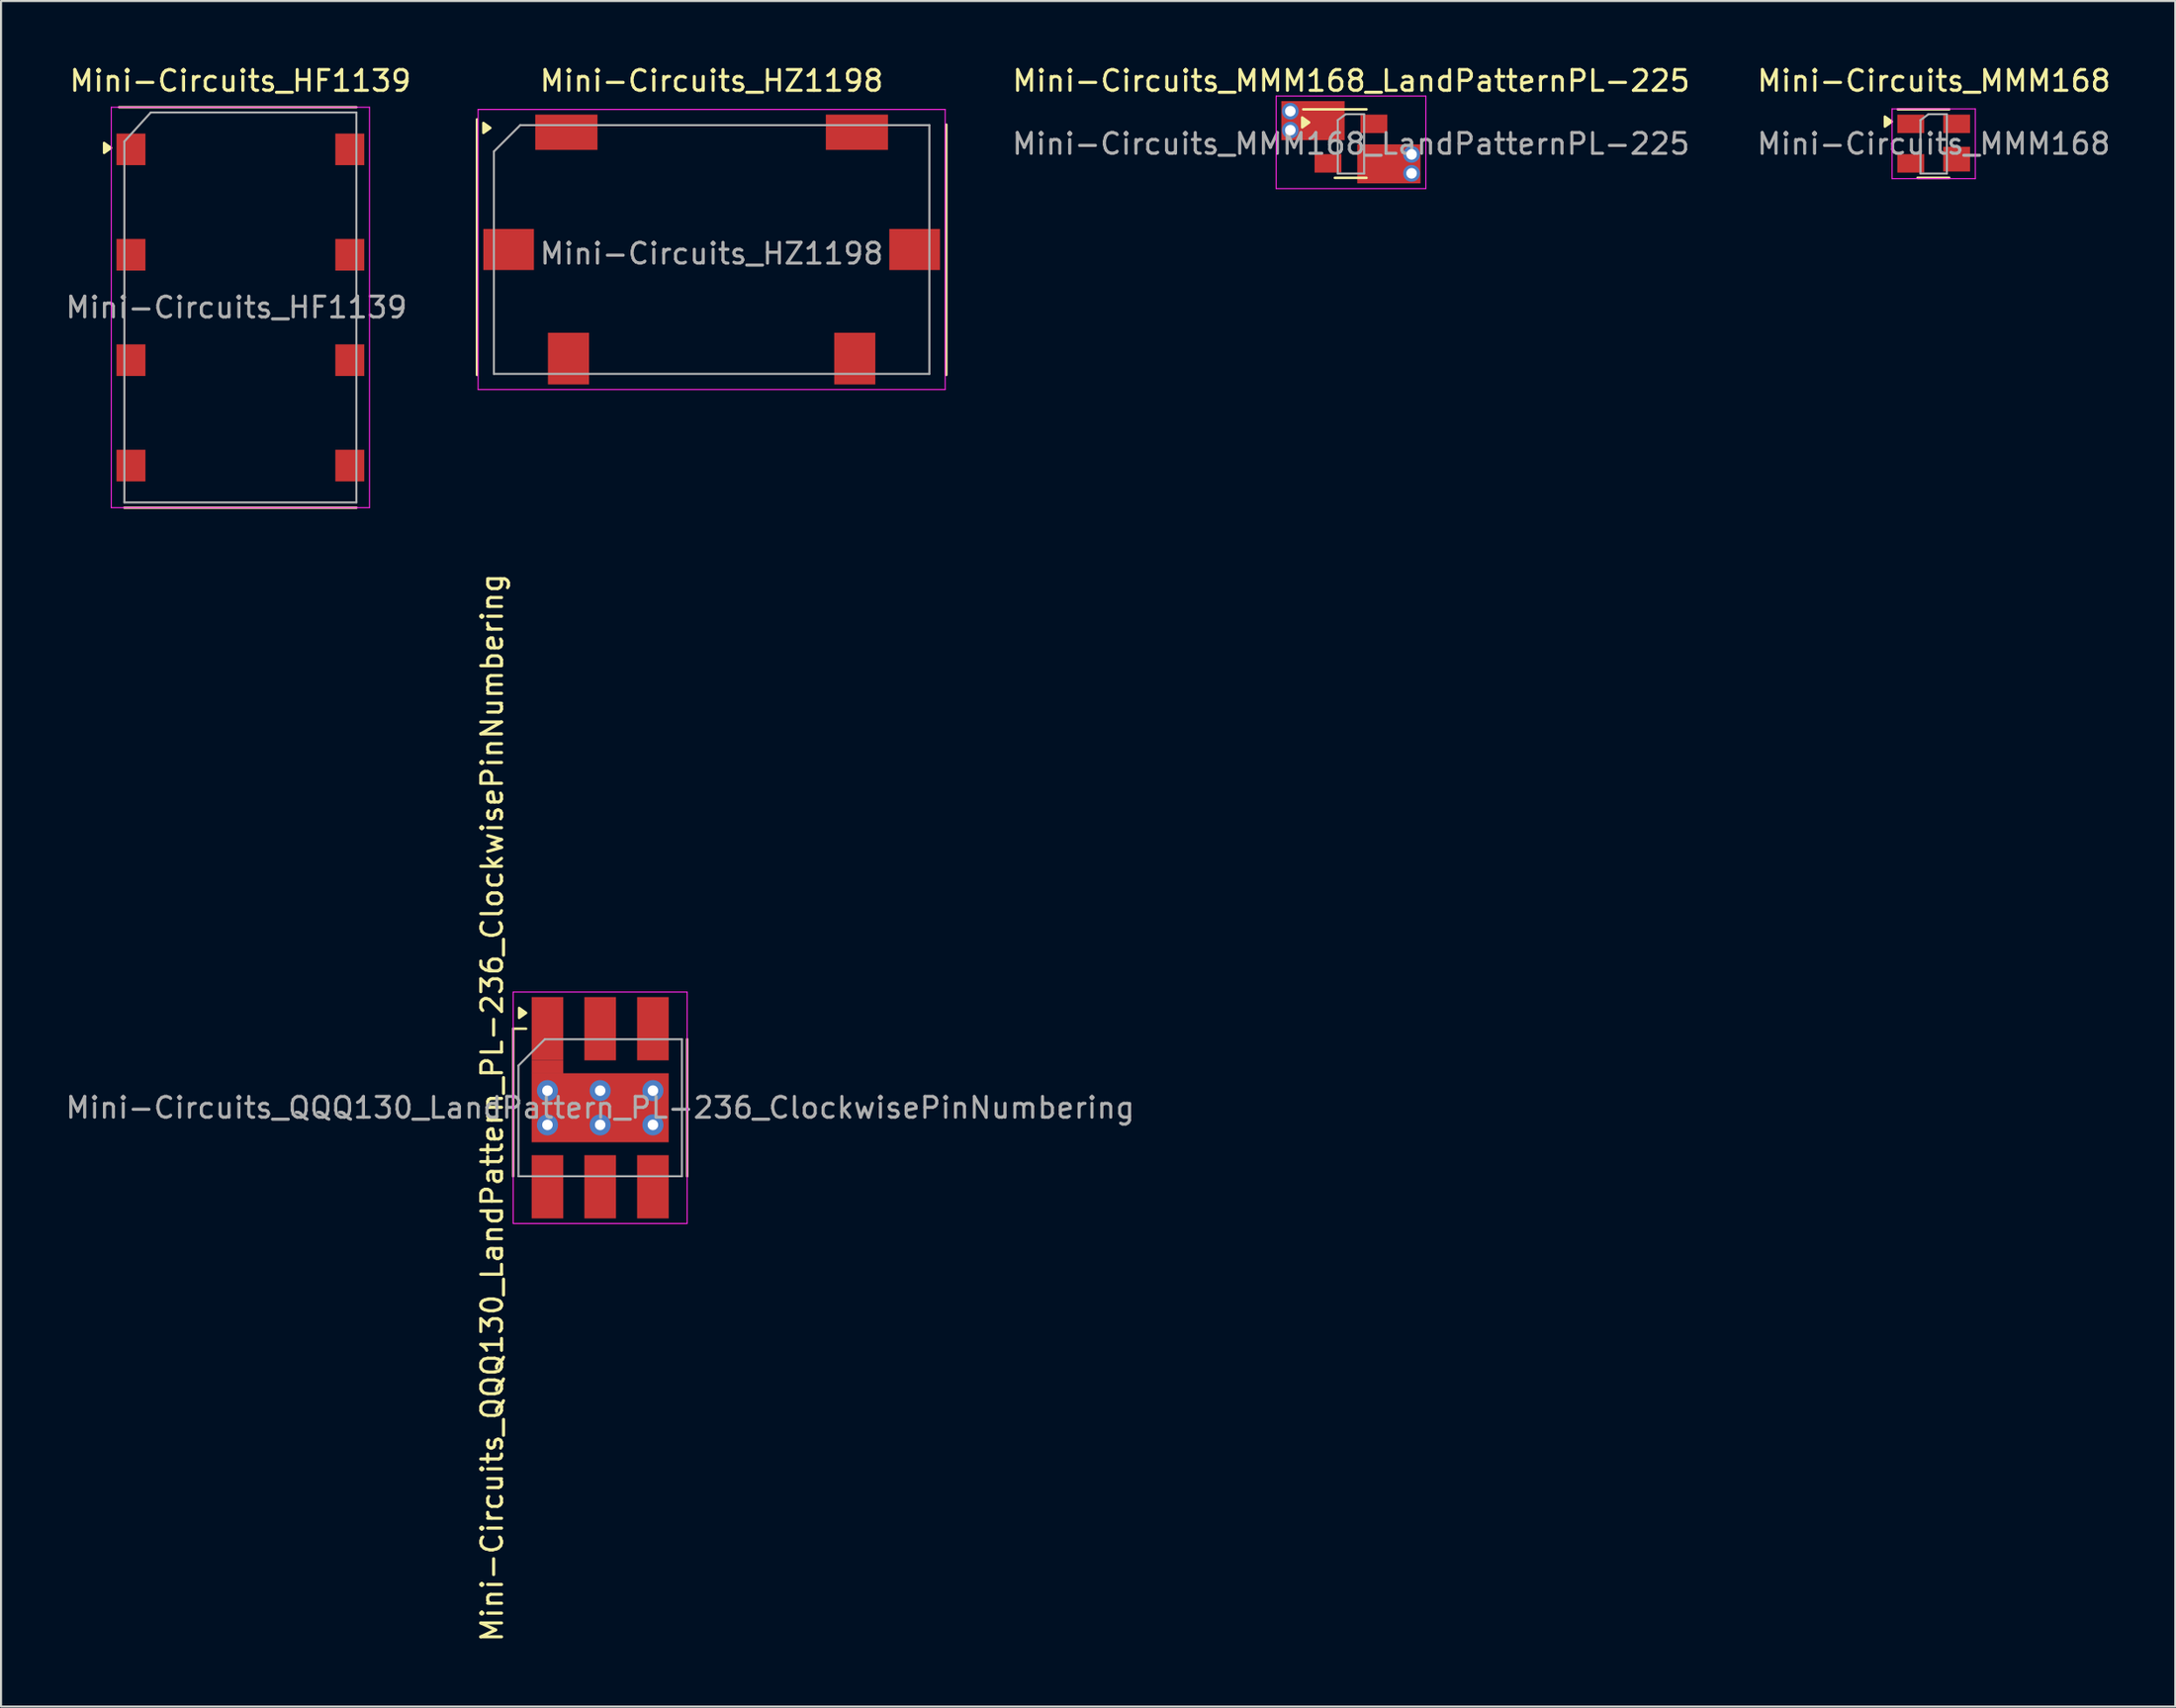
<source format=kicad_pcb>
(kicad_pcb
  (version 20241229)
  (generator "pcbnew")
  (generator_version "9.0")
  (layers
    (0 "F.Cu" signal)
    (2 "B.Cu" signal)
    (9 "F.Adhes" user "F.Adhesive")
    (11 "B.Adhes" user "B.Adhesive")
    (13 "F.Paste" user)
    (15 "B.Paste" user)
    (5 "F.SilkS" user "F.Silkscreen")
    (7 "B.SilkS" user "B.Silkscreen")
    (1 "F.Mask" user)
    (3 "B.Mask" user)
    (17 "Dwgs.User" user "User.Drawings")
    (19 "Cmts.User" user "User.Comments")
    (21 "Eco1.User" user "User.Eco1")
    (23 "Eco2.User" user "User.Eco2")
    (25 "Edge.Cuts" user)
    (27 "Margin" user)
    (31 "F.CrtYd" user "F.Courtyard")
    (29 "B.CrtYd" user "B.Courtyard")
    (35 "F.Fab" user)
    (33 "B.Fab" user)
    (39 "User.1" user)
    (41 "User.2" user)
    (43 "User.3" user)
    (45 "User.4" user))
  (footprint "Mini-Circuits_MMM168"
    (layer "F.Cu")
    (at 90.089 3.871)
    (property "Reference" "Mini-Circuits_MMM168" (at 0.025 -3.023 0) (layer "F.SilkS") (effects (font (size 1 1) (thickness 0.15))))
    (attr smd)
    (fp_line (start 0.762 -1.651) (end -1.714 -1.651) (stroke (width 0.12) (type solid)) (layer "F.SilkS"))
    (fp_line (start 0.762 1.651) (end -0.762 1.651) (stroke (width 0.12) (type solid)) (layer "F.SilkS"))
    (fp_poly (pts (xy -2 -1.06) (xy -2.336 -0.82) (xy -2.336 -1.3) (xy -2 -1.06)) (stroke (width 0.12) (type solid)) (fill yes) (layer "F.SilkS"))
    (fp_line (start -1.99 -1.67) (end -1.99 1.69) (stroke (width 0.05) (type solid)) (layer "F.CrtYd"))
    (fp_line (start -1.99 -1.67) (end 2.02 -1.67) (stroke (width 0.05) (type solid)) (layer "F.CrtYd"))
    (fp_line (start 2.02 1.69) (end -1.99 1.69) (stroke (width 0.05) (type solid)) (layer "F.CrtYd"))
    (fp_line (start 2.02 1.69) (end 2.02 -1.67) (stroke (width 0.05) (type solid)) (layer "F.CrtYd"))
    (fp_line (start -0.622 -1.13) (end -0.241 -1.416) (stroke (width 0.1) (type solid)) (layer "F.Fab"))
    (fp_line (start -0.622 1.441) (end -0.622 -1.13) (stroke (width 0.1) (type solid)) (layer "F.Fab"))
    (fp_line (start -0.241 -1.416) (end 0.648 -1.416) (stroke (width 0.1) (type solid)) (layer "F.Fab"))
    (fp_line (start 0.648 -1.416) (end 0.648 1.441) (stroke (width 0.1) (type solid)) (layer "F.Fab"))
    (fp_line (start 0.648 1.441) (end -0.622 1.441) (stroke (width 0.1) (type solid)) (layer "F.Fab"))
    (fp_text user "${REFERENCE}" (at 0.013 0.013 0) (layer "F.Fab") (effects (font (size 1 1) (thickness 0.15))))
    (pad "1" smd rect (at -1.092 -0.953 90) (size 0.889 1.295) (layers "F.Cu" "F.Mask" "F.Paste"))
    (pad "2" smd rect (at 1.118 -0.953 90) (size 0.889 1.295) (layers "F.Cu" "F.Mask" "F.Paste"))
    (pad "3" smd rect (at 1.118 0.749 90) (size 1.194 1.295) (layers "F.Cu" "F.Mask" "F.Paste"))
    (pad "4" smd rect (at -1.092 0.953 90) (size 0.889 1.295) (layers "F.Cu" "F.Mask" "F.Paste")))
  (footprint "Mini-Circuits_QQQ130_LandPattern_PL-236_ClockwisePinNumbering"
    (layer "F.Cu")
    (at 25.863 50.345)
    (property "Reference" "Mini-Circuits_QQQ130_LandPattern_PL-236_ClockwisePinNumbering" (at -5.207 0 90) (layer "F.SilkS") (effects (font (size 1 1) (thickness 0.15))))
    (attr smd)
    (fp_line (start -4.191 -3.81) (end -4.191 3.302) (stroke (width 0.12) (type solid)) (layer "F.SilkS"))
    (fp_line (start -3.57 -3.81) (end -4.191 -3.81) (stroke (width 0.12) (type solid)) (layer "F.SilkS"))
    (fp_line (start 4.191 -3.302) (end 4.191 3.302) (stroke (width 0.12) (type solid)) (layer "F.SilkS"))
    (fp_poly (pts (xy -3.57 -4.572) (xy -3.906 -4.332) (xy -3.906 -4.812) (xy -3.57 -4.572)) (stroke (width 0.12) (type solid)) (fill yes) (layer "F.SilkS"))
    (fp_line (start -4.19 5.58) (end -4.19 -5.58) (stroke (width 0.05) (type solid)) (layer "F.CrtYd"))
    (fp_line (start -4.19 5.58) (end 4.19 5.58) (stroke (width 0.05) (type solid)) (layer "F.CrtYd"))
    (fp_line (start 4.19 -5.58) (end -4.19 -5.58) (stroke (width 0.05) (type solid)) (layer "F.CrtYd"))
    (fp_line (start 4.19 -5.58) (end 4.19 5.58) (stroke (width 0.05) (type solid)) (layer "F.CrtYd"))
    (fp_line (start -3.937 3.302) (end -3.937 -2.032) (stroke (width 0.1) (type solid)) (layer "F.Fab"))
    (fp_line (start -3.937 3.302) (end 3.937 3.302) (stroke (width 0.1) (type solid)) (layer "F.Fab"))
    (fp_line (start -2.667 -3.302) (end -3.937 -2.032) (stroke (width 0.1) (type solid)) (layer "F.Fab"))
    (fp_line (start 3.937 -3.302) (end -2.667 -3.302) (stroke (width 0.1) (type solid)) (layer "F.Fab"))
    (fp_line (start 3.937 -3.302) (end 3.937 3.302) (stroke (width 0.1) (type solid)) (layer "F.Fab"))
    (fp_text user "${REFERENCE}" (at 0 0 180) (layer "F.Fab") (effects (font (size 1 1) (thickness 0.15))))
    (pad "1" smd rect (at -2.54 -3.81) (size 1.524 3.048) (layers "F.Cu" "F.Mask" "F.Paste"))
    (pad "1" smd rect (at -2.54 -1.968 90) (size 0.635 1.524) (layers "F.Cu"))
    (pad "1" thru_hole circle (at -2.54 -0.826) (size 1.016 1.016) (drill 0.508) (layers "*.Cu"))
    (pad "1" thru_hole circle (at -2.54 0.826) (size 1.016 1.016) (drill 0.508) (layers "*.Cu"))
    (pad "1" thru_hole circle (at 0 -0.826) (size 1.016 1.016) (drill 0.508) (layers "*.Cu"))
    (pad "1" smd rect (at 0 0 90) (size 3.327 6.604) (layers "F.Cu"))
    (pad "1" thru_hole circle (at 0 0.826) (size 1.016 1.016) (drill 0.508) (layers "*.Cu"))
    (pad "1" thru_hole circle (at 2.54 -0.826) (size 1.016 1.016) (drill 0.508) (layers "*.Cu"))
    (pad "1" thru_hole circle (at 2.54 0.826) (size 1.016 1.016) (drill 0.508) (layers "*.Cu"))
    (pad "2" smd rect (at 0 -3.81) (size 1.524 3.048) (layers "F.Cu" "F.Mask" "F.Paste"))
    (pad "3" smd rect (at 2.54 -3.81) (size 1.524 3.048) (layers "F.Cu" "F.Mask" "F.Paste"))
    (pad "4" smd rect (at 2.54 3.81) (size 1.524 3.048) (layers "F.Cu" "F.Mask" "F.Paste"))
    (pad "5" smd rect (at 0 3.81) (size 1.524 3.048) (layers "F.Cu" "F.Mask" "F.Paste"))
    (pad "6" smd rect (at -2.54 3.81) (size 1.524 3.048) (layers "F.Cu" "F.Mask" "F.Paste")))
  (footprint "Mini-Circuits_MMM168_LandPatternPL-225"
    (layer "F.Cu")
    (at 62.017 3.871)
    (property "Reference" "Mini-Circuits_MMM168_LandPatternPL-225" (at 0.025 -3.023 0) (layer "F.SilkS") (effects (font (size 1 1) (thickness 0.15))))
    (attr smd)
    (fp_line (start 0.762 -1.651) (end -2.286 -1.651) (stroke (width 0.12) (type solid)) (layer "F.SilkS"))
    (fp_line (start 0.762 1.651) (end -0.762 1.651) (stroke (width 0.12) (type solid)) (layer "F.SilkS"))
    (fp_poly (pts (xy -2 -1.02) (xy -2.336 -0.78) (xy -2.336 -1.26) (xy -2 -1.02)) (stroke (width 0.12) (type solid)) (fill yes) (layer "F.SilkS"))
    (fp_line (start -3.59 -2.29) (end -3.59 2.17) (stroke (width 0.05) (type solid)) (layer "F.CrtYd"))
    (fp_line (start -3.59 -2.29) (end 3.62 -2.29) (stroke (width 0.05) (type solid)) (layer "F.CrtYd"))
    (fp_line (start 3.62 2.17) (end -3.59 2.17) (stroke (width 0.05) (type solid)) (layer "F.CrtYd"))
    (fp_line (start 3.62 2.17) (end 3.62 -2.29) (stroke (width 0.05) (type solid)) (layer "F.CrtYd"))
    (fp_line (start -0.622 -1.13) (end -0.241 -1.416) (stroke (width 0.1) (type solid)) (layer "F.Fab"))
    (fp_line (start -0.622 1.441) (end -0.622 -1.13) (stroke (width 0.1) (type solid)) (layer "F.Fab"))
    (fp_line (start -0.241 -1.416) (end 0.648 -1.416) (stroke (width 0.1) (type solid)) (layer "F.Fab"))
    (fp_line (start 0.648 -1.416) (end 0.648 1.441) (stroke (width 0.1) (type solid)) (layer "F.Fab"))
    (fp_line (start 0.648 1.441) (end -0.622 1.441) (stroke (width 0.1) (type solid)) (layer "F.Fab"))
    (fp_text user "${REFERENCE}" (at 0.013 0.013 0) (layer "F.Fab") (effects (font (size 1 1) (thickness 0.15))))
    (pad "1" thru_hole circle (at -2.908 -1.562) (size 0.808 0.808) (drill 0.508) (layers "*.Cu"))
    (pad "1" thru_hole circle (at -2.908 -0.648) (size 0.808 0.808) (drill 0.508) (layers "*.Cu"))
    (pad "1" smd rect (at -1.816 -1.105 90) (size 1.88 3.048) (layers "F.Cu"))
    (pad "1" smd rect (at -1.092 -0.953 90) (size 0.889 1.295) (layers "F.Cu" "F.Mask" "F.Paste"))
    (pad "2" smd rect (at 1.118 -0.953 90) (size 0.889 1.295) (layers "F.Cu" "F.Mask" "F.Paste"))
    (pad "3" smd rect (at 1.118 0.749 90) (size 1.194 1.295) (layers "F.Cu" "F.Mask" "F.Paste"))
    (pad "3" smd rect (at 1.841 0.978 90) (size 1.88 3.048) (layers "F.Cu"))
    (pad "3" thru_hole circle (at 2.934 0.521) (size 0.808 0.808) (drill 0.508) (layers "*.Cu"))
    (pad "3" thru_hole circle (at 2.934 1.435) (size 0.808 0.808) (drill 0.508) (layers "*.Cu"))
    (pad "4" smd rect (at -1.092 0.953 90) (size 0.889 1.295) (layers "F.Cu" "F.Mask" "F.Paste")))
  (footprint "Mini-Circuits_HZ1198"
    (layer "F.Cu")
    (at 31.232 8.976)
    (property "Reference" "Mini-Circuits_HZ1198" (at 0 -8.128 0) (layer "F.SilkS") (effects (font (size 1 1) (thickness 0.15))))
    (attr smd)
    (fp_line (start -11.303 -6.274) (end -11.303 6.045) (stroke (width 0.12) (type solid)) (layer "F.SilkS"))
    (fp_line (start 11.303 -6.02) (end 11.303 6.045) (stroke (width 0.12) (type solid)) (layer "F.SilkS"))
    (fp_poly (pts (xy -10.66 -5.86) (xy -10.996 -5.62) (xy -10.996 -6.1) (xy -10.66 -5.86)) (stroke (width 0.12) (type solid)) (fill yes) (layer "F.SilkS"))
    (fp_line (start -11.25 -6.75) (end -11.25 6.75) (stroke (width 0.05) (type solid)) (layer "F.CrtYd"))
    (fp_line (start -11.25 -6.75) (end 11.25 -6.75) (stroke (width 0.05) (type solid)) (layer "F.CrtYd"))
    (fp_line (start 11.25 6.75) (end -11.25 6.75) (stroke (width 0.05) (type solid)) (layer "F.CrtYd"))
    (fp_line (start 11.25 6.75) (end 11.25 -6.75) (stroke (width 0.05) (type solid)) (layer "F.CrtYd"))
    (fp_line (start -10.49 -4.724) (end -9.22 -5.994) (stroke (width 0.1) (type solid)) (layer "F.Fab"))
    (fp_line (start -10.49 5.994) (end -10.49 -4.724) (stroke (width 0.1) (type solid)) (layer "F.Fab"))
    (fp_line (start -9.22 -5.994) (end 10.49 -5.994) (stroke (width 0.1) (type solid)) (layer "F.Fab"))
    (fp_line (start 10.49 -5.994) (end 10.49 5.994) (stroke (width 0.1) (type solid)) (layer "F.Fab"))
    (fp_line (start 10.49 5.994) (end -10.49 5.994) (stroke (width 0.1) (type solid)) (layer "F.Fab"))
    (fp_text user "${REFERENCE}" (at 0 0.2 0) (layer "F.Fab") (effects (font (size 1 1) (thickness 0.15))))
    (pad "1" smd rect (at -6.998 -5.652) (size 2.997 1.702) (layers "F.Cu" "F.Mask" "F.Paste"))
    (pad "2" smd rect (at 6.998 -5.652) (size 2.997 1.702) (layers "F.Cu" "F.Mask" "F.Paste"))
    (pad "3" smd rect (at 9.779 0) (size 2.438 1.981) (layers "F.Cu" "F.Mask" "F.Paste"))
    (pad "4" smd rect (at 6.896 5.258) (size 1.981 2.489) (layers "F.Cu" "F.Mask" "F.Paste"))
    (pad "5" smd rect (at -6.896 5.258) (size 1.981 2.489) (layers "F.Cu" "F.Mask" "F.Paste"))
    (pad "6" smd rect (at -9.779 0) (size 2.438 1.981) (layers "F.Cu" "F.Mask" "F.Paste")))
  (footprint "Mini-Circuits_HF1139"
    (layer "F.Cu")
    (at 8.53 11.77)
    (property "Reference" "Mini-Circuits_HF1139" (at 0 -10.922 0) (layer "F.SilkS") (effects (font (size 1 1) (thickness 0.15))))
    (attr smd)
    (fp_line (start 5.588 -9.652) (end -5.842 -9.652) (stroke (width 0.12) (type solid)) (layer "F.SilkS"))
    (fp_line (start 5.588 9.652) (end -5.588 9.652) (stroke (width 0.12) (type solid)) (layer "F.SilkS"))
    (fp_poly (pts (xy -6.23 -7.69) (xy -6.566 -7.45) (xy -6.566 -7.93) (xy -6.23 -7.69)) (stroke (width 0.12) (type solid)) (fill yes) (layer "F.SilkS"))
    (fp_line (start -6.22 -9.65) (end -6.22 9.65) (stroke (width 0.05) (type solid)) (layer "F.CrtYd"))
    (fp_line (start -6.22 -9.65) (end 6.22 -9.65) (stroke (width 0.05) (type solid)) (layer "F.CrtYd"))
    (fp_line (start 6.22 9.65) (end -6.22 9.65) (stroke (width 0.05) (type solid)) (layer "F.CrtYd"))
    (fp_line (start 6.22 9.65) (end 6.22 -9.65) (stroke (width 0.05) (type solid)) (layer "F.CrtYd"))
    (fp_line (start -5.588 -8.001) (end -5.588 9.398) (stroke (width 0.1) (type solid)) (layer "F.Fab"))
    (fp_line (start -4.318 -9.398) (end -5.588 -8.001) (stroke (width 0.1) (type solid)) (layer "F.Fab"))
    (fp_line (start 5.588 -9.398) (end -4.318 -9.398) (stroke (width 0.1) (type solid)) (layer "F.Fab"))
    (fp_line (start 5.588 9.398) (end -5.588 9.398) (stroke (width 0.1) (type solid)) (layer "F.Fab"))
    (fp_line (start 5.588 9.398) (end 5.588 -9.398) (stroke (width 0.1) (type solid)) (layer "F.Fab"))
    (fp_text user "${REFERENCE}" (at -0.191 0 180) (layer "F.Fab") (effects (font (size 1 1) (thickness 0.15))))
    (pad "1" smd rect (at -5.271 -7.62 270) (size 1.524 1.397) (layers "F.Cu" "F.Mask" "F.Paste"))
    (pad "2" smd rect (at 5.271 -7.62 270) (size 1.524 1.397) (layers "F.Cu" "F.Mask" "F.Paste"))
    (pad "3" smd rect (at -5.271 -2.54 270) (size 1.524 1.397) (layers "F.Cu" "F.Mask" "F.Paste"))
    (pad "4" smd rect (at 5.271 -2.54 270) (size 1.524 1.397) (layers "F.Cu" "F.Mask" "F.Paste"))
    (pad "5" smd rect (at -5.271 2.54 270) (size 1.524 1.397) (layers "F.Cu" "F.Mask" "F.Paste"))
    (pad "6" smd rect (at 5.271 2.54 270) (size 1.524 1.397) (layers "F.Cu" "F.Mask" "F.Paste"))
    (pad "7" smd rect (at -5.271 7.62 270) (size 1.524 1.397) (layers "F.Cu" "F.Mask" "F.Paste"))
    (pad "8" smd rect (at 5.271 7.62 270) (size 1.524 1.397) (layers "F.Cu" "F.Mask" "F.Paste")))
  (gr_rect
    (start -3 -3)
    (end 101.74 79.208)
    (stroke (width 0.1) (type default))
    (fill no)
    (layer "Edge.Cuts")))
</source>
